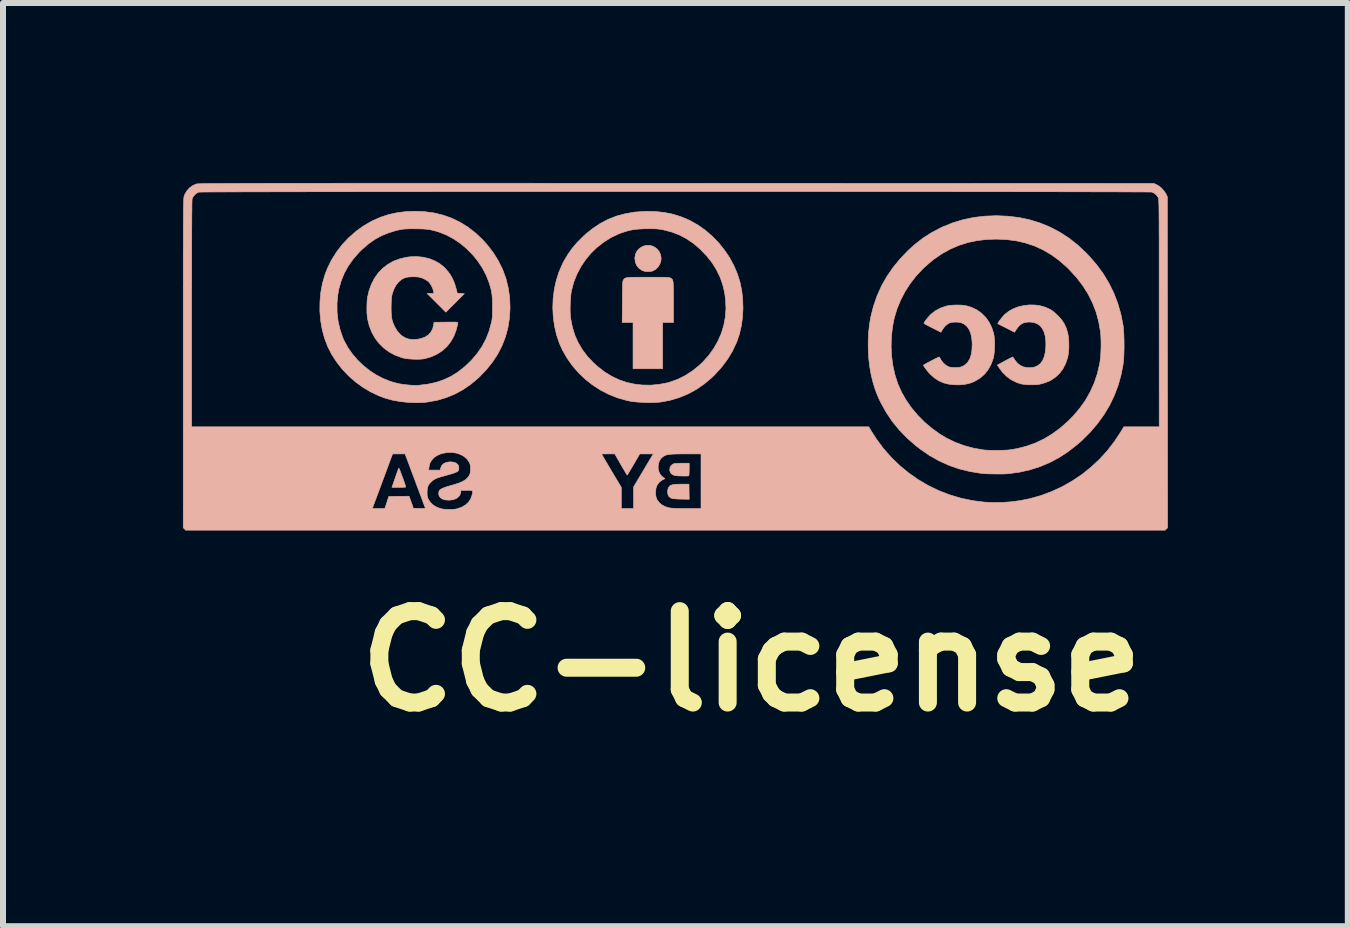
<source format=kicad_pcb>
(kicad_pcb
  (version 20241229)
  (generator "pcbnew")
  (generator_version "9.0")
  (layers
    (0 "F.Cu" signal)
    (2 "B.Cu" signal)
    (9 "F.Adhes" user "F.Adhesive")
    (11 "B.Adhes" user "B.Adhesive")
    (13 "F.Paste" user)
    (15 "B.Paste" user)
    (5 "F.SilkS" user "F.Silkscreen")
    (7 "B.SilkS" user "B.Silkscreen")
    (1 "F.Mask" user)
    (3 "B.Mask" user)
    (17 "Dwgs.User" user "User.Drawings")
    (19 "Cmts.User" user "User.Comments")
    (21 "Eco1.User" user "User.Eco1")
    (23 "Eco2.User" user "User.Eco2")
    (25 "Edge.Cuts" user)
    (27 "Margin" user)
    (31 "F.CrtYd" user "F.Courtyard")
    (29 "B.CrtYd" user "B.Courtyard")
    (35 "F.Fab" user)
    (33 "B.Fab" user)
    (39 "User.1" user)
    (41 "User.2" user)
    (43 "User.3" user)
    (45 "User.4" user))
  (footprint "CC-license"
    (layer "F.Cu")
    (at 6.939 0.352)
    (property "Reference" "CC-license" (at 2.54 7.62 0) (layer "F.SilkS") (effects (font (size 1.524 1.524) (thickness 0.3))))
    (attr through_hole)
    (fp_poly (pts (xy 1.364 4.669) (xy 1.303 4.67) (xy 1.256 4.673) (xy 1.22 4.679) (xy 1.194 4.688) (xy 1.174 4.701) (xy 1.159 4.719) (xy 1.153 4.731) (xy 1.143 4.761) (xy 1.14 4.796) (xy 1.143 4.832) (xy 1.153 4.861) (xy 1.16 4.871) (xy 1.175 4.886) (xy 1.191 4.897) (xy 1.211 4.905) (xy 1.238 4.911) (xy 1.274 4.914) (xy 1.321 4.917) (xy 1.363 4.918) (xy 1.5 4.921) (xy 1.498 4.795) (xy 1.496 4.669) (xy 1.364 4.669)) (stroke (width 0.01) (type solid)) (fill yes) (layer "B.SilkS"))
    (fp_poly (pts (xy -3.345 4.409) (xy -3.354 4.432) (xy -3.366 4.465) (xy -3.381 4.507) (xy -3.397 4.554) (xy -3.401 4.564) (xy -3.455 4.722) (xy -3.341 4.722) (xy -3.299 4.722) (xy -3.265 4.721) (xy -3.239 4.719) (xy -3.227 4.717) (xy -3.226 4.716) (xy -3.228 4.705) (xy -3.235 4.682) (xy -3.246 4.65) (xy -3.259 4.611) (xy -3.274 4.57) (xy -3.29 4.527) (xy -3.305 4.487) (xy -3.318 4.451) (xy -3.33 4.423) (xy -3.338 4.405) (xy -3.341 4.4) (xy -3.345 4.409)) (stroke (width 0.01) (type solid)) (fill yes) (layer "B.SilkS"))
    (fp_poly (pts (xy 0.78 0.688) (xy 0.727 0.704) (xy 0.724 0.705) (xy 0.672 0.738) (xy 0.632 0.78) (xy 0.606 0.83) (xy 0.595 0.889) (xy 0.594 0.907) (xy 0.602 0.968) (xy 0.624 1.022) (xy 0.66 1.067) (xy 0.709 1.102) (xy 0.716 1.106) (xy 0.755 1.12) (xy 0.803 1.126) (xy 0.851 1.124) (xy 0.892 1.115) (xy 0.938 1.09) (xy 0.977 1.052) (xy 1.008 1.006) (xy 1.027 0.954) (xy 1.032 0.907) (xy 1.025 0.851) (xy 1.004 0.8) (xy 0.973 0.757) (xy 0.932 0.723) (xy 0.885 0.699) (xy 0.834 0.687) (xy 0.78 0.688)) (stroke (width 0.01) (type solid)) (fill yes) (layer "B.SilkS"))
    (fp_poly (pts (xy 1.379 4.32) (xy 1.328 4.321) (xy 1.291 4.322) (xy 1.265 4.324) (xy 1.245 4.328) (xy 1.23 4.334) (xy 1.229 4.335) (xy 1.199 4.358) (xy 1.181 4.391) (xy 1.175 4.43) (xy 1.176 4.442) (xy 1.189 4.479) (xy 1.215 4.506) (xy 1.254 4.523) (xy 1.263 4.525) (xy 1.286 4.528) (xy 1.318 4.531) (xy 1.355 4.532) (xy 1.394 4.533) (xy 1.432 4.533) (xy 1.463 4.533) (xy 1.485 4.531) (xy 1.494 4.528) (xy 1.496 4.518) (xy 1.498 4.495) (xy 1.499 4.463) (xy 1.5 4.424) (xy 1.5 4.421) (xy 1.5 4.32) (xy 1.379 4.32)) (stroke (width 0.01) (type solid)) (fill yes) (layer "B.SilkS"))
    (fp_poly (pts (xy 0.725 1.219) (xy 0.652 1.22) (xy 0.592 1.22) (xy 0.544 1.221) (xy 0.506 1.223) (xy 0.477 1.225) (xy 0.455 1.228) (xy 0.44 1.233) (xy 0.428 1.239) (xy 0.419 1.246) (xy 0.411 1.255) (xy 0.405 1.263) (xy 0.401 1.269) (xy 0.398 1.276) (xy 0.395 1.286) (xy 0.392 1.299) (xy 0.391 1.319) (xy 0.389 1.345) (xy 0.388 1.38) (xy 0.388 1.426) (xy 0.387 1.483) (xy 0.386 1.554) (xy 0.386 1.63) (xy 0.383 1.974) (xy 0.564 1.974) (xy 0.564 2.745) (xy 1.057 2.745) (xy 1.057 1.974) (xy 1.237 1.974) (xy 1.237 1.633) (xy 1.237 1.545) (xy 1.237 1.472) (xy 1.236 1.413) (xy 1.235 1.366) (xy 1.234 1.329) (xy 1.231 1.3) (xy 1.227 1.279) (xy 1.222 1.264) (xy 1.215 1.253) (xy 1.207 1.245) (xy 1.197 1.238) (xy 1.188 1.233) (xy 1.181 1.229) (xy 1.171 1.227) (xy 1.156 1.224) (xy 1.136 1.223) (xy 1.108 1.221) (xy 1.071 1.22) (xy 1.023 1.22) (xy 0.964 1.219) (xy 0.891 1.219) (xy 0.813 1.219) (xy 0.725 1.219)) (stroke (width 0.01) (type solid)) (fill yes) (layer "B.SilkS"))
    (fp_poly (pts (xy 7.08 1.691) (xy 6.989 1.712) (xy 6.904 1.744) (xy 6.827 1.787) (xy 6.759 1.841) (xy 6.759 1.842) (xy 6.736 1.866) (xy 6.712 1.894) (xy 6.689 1.923) (xy 6.668 1.95) (xy 6.653 1.973) (xy 6.645 1.989) (xy 6.645 1.994) (xy 6.653 1.998) (xy 6.673 2.009) (xy 6.703 2.024) (xy 6.741 2.043) (xy 6.784 2.065) (xy 6.786 2.066) (xy 6.924 2.136) (xy 6.939 2.111) (xy 6.977 2.055) (xy 7.016 2.014) (xy 7.059 1.986) (xy 7.108 1.971) (xy 7.166 1.966) (xy 7.169 1.966) (xy 7.237 1.972) (xy 7.296 1.992) (xy 7.346 2.025) (xy 7.385 2.071) (xy 7.415 2.131) (xy 7.435 2.202) (xy 7.445 2.287) (xy 7.445 2.38) (xy 7.436 2.47) (xy 7.418 2.546) (xy 7.391 2.609) (xy 7.354 2.659) (xy 7.308 2.695) (xy 7.253 2.718) (xy 7.188 2.727) (xy 7.14 2.726) (xy 7.075 2.715) (xy 7.018 2.689) (xy 6.969 2.65) (xy 6.926 2.596) (xy 6.921 2.587) (xy 6.907 2.566) (xy 6.896 2.552) (xy 6.892 2.548) (xy 6.884 2.552) (xy 6.864 2.562) (xy 6.834 2.578) (xy 6.797 2.597) (xy 6.763 2.615) (xy 6.637 2.683) (xy 6.658 2.716) (xy 6.719 2.8) (xy 6.79 2.871) (xy 6.87 2.929) (xy 6.957 2.973) (xy 7.025 2.996) (xy 7.065 3.003) (xy 7.117 3.009) (xy 7.174 3.012) (xy 7.232 3.012) (xy 7.286 3.01) (xy 7.331 3.005) (xy 7.337 3.004) (xy 7.437 2.977) (xy 7.527 2.938) (xy 7.606 2.885) (xy 7.674 2.821) (xy 7.73 2.746) (xy 7.775 2.658) (xy 7.808 2.56) (xy 7.81 2.552) (xy 7.821 2.49) (xy 7.828 2.417) (xy 7.829 2.339) (xy 7.826 2.263) (xy 7.818 2.193) (xy 7.81 2.15) (xy 7.785 2.067) (xy 7.752 1.995) (xy 7.709 1.93) (xy 7.653 1.867) (xy 7.649 1.863) (xy 7.616 1.832) (xy 7.582 1.802) (xy 7.55 1.777) (xy 7.528 1.762) (xy 7.447 1.723) (xy 7.359 1.697) (xy 7.267 1.683) (xy 7.173 1.681) (xy 7.08 1.691)) (stroke (width 0.01) (type solid)) (fill yes) (layer "B.SilkS"))
    (fp_poly (pts (xy 5.891 1.685) (xy 5.827 1.692) (xy 5.779 1.702) (xy 5.686 1.735) (xy 5.604 1.779) (xy 5.535 1.833) (xy 5.509 1.859) (xy 5.481 1.89) (xy 5.456 1.921) (xy 5.434 1.949) (xy 5.419 1.972) (xy 5.413 1.987) (xy 5.413 1.988) (xy 5.42 1.993) (xy 5.44 2.005) (xy 5.469 2.021) (xy 5.507 2.041) (xy 5.551 2.063) (xy 5.555 2.065) (xy 5.697 2.136) (xy 5.716 2.101) (xy 5.741 2.064) (xy 5.773 2.027) (xy 5.809 1.998) (xy 5.83 1.985) (xy 5.864 1.974) (xy 5.907 1.968) (xy 5.954 1.967) (xy 6 1.971) (xy 6.03 1.977) (xy 6.084 2.001) (xy 6.129 2.038) (xy 6.165 2.089) (xy 6.192 2.152) (xy 6.209 2.228) (xy 6.217 2.316) (xy 6.217 2.342) (xy 6.213 2.435) (xy 6.2 2.513) (xy 6.178 2.579) (xy 6.147 2.632) (xy 6.107 2.674) (xy 6.063 2.702) (xy 6.039 2.712) (xy 6.018 2.719) (xy 5.994 2.723) (xy 5.962 2.724) (xy 5.934 2.725) (xy 5.892 2.724) (xy 5.861 2.721) (xy 5.837 2.716) (xy 5.815 2.707) (xy 5.813 2.707) (xy 5.774 2.683) (xy 5.736 2.649) (xy 5.705 2.61) (xy 5.688 2.582) (xy 5.678 2.562) (xy 5.669 2.55) (xy 5.666 2.548) (xy 5.656 2.552) (xy 5.636 2.562) (xy 5.607 2.576) (xy 5.572 2.594) (xy 5.535 2.613) (xy 5.497 2.633) (xy 5.463 2.651) (xy 5.434 2.667) (xy 5.414 2.679) (xy 5.405 2.684) (xy 5.405 2.685) (xy 5.41 2.698) (xy 5.424 2.72) (xy 5.445 2.748) (xy 5.469 2.78) (xy 5.496 2.811) (xy 5.522 2.84) (xy 5.527 2.844) (xy 5.594 2.903) (xy 5.665 2.948) (xy 5.742 2.981) (xy 5.827 3.002) (xy 5.922 3.012) (xy 5.938 3.012) (xy 6.006 3.013) (xy 6.064 3.009) (xy 6.099 3.004) (xy 6.151 2.993) (xy 6.194 2.981) (xy 6.234 2.965) (xy 6.27 2.948) (xy 6.351 2.899) (xy 6.421 2.837) (xy 6.481 2.763) (xy 6.529 2.678) (xy 6.565 2.582) (xy 6.571 2.561) (xy 6.58 2.516) (xy 6.586 2.46) (xy 6.59 2.397) (xy 6.591 2.331) (xy 6.589 2.267) (xy 6.584 2.21) (xy 6.577 2.164) (xy 6.576 2.159) (xy 6.543 2.057) (xy 6.498 1.967) (xy 6.442 1.888) (xy 6.375 1.821) (xy 6.296 1.765) (xy 6.207 1.722) (xy 6.147 1.702) (xy 6.094 1.691) (xy 6.03 1.684) (xy 5.961 1.683) (xy 5.891 1.685)) (stroke (width 0.01) (type solid)) (fill yes) (layer "B.SilkS"))
    (fp_poly (pts (xy -3.156 0.879) (xy -3.214 0.887) (xy -3.326 0.913) (xy -3.43 0.952) (xy -3.524 1.005) (xy -3.608 1.07) (xy -3.683 1.147) (xy -3.746 1.236) (xy -3.797 1.335) (xy -3.837 1.445) (xy -3.862 1.553) (xy -3.869 1.608) (xy -3.872 1.673) (xy -3.873 1.743) (xy -3.872 1.812) (xy -3.867 1.874) (xy -3.862 1.911) (xy -3.834 2.027) (xy -3.792 2.135) (xy -3.738 2.233) (xy -3.671 2.321) (xy -3.593 2.398) (xy -3.504 2.464) (xy -3.404 2.518) (xy -3.295 2.558) (xy -3.268 2.566) (xy -3.225 2.575) (xy -3.17 2.581) (xy -3.11 2.585) (xy -3.048 2.587) (xy -2.99 2.586) (xy -2.939 2.582) (xy -2.907 2.577) (xy -2.799 2.545) (xy -2.702 2.501) (xy -2.615 2.444) (xy -2.54 2.376) (xy -2.477 2.296) (xy -2.425 2.206) (xy -2.386 2.105) (xy -2.373 2.054) (xy -2.365 2.022) (xy -2.359 1.995) (xy -2.357 1.978) (xy -2.356 1.976) (xy -2.36 1.972) (xy -2.371 1.97) (xy -2.391 1.968) (xy -2.422 1.967) (xy -2.466 1.967) (xy -2.524 1.967) (xy -2.555 1.968) (xy -2.754 1.97) (xy -2.76 2.014) (xy -2.777 2.08) (xy -2.807 2.136) (xy -2.849 2.182) (xy -2.904 2.217) (xy -2.971 2.242) (xy -3.028 2.253) (xy -3.105 2.258) (xy -3.171 2.251) (xy -3.231 2.231) (xy -3.287 2.198) (xy -3.32 2.17) (xy -3.367 2.116) (xy -3.407 2.05) (xy -3.44 1.975) (xy -3.453 1.933) (xy -3.46 1.897) (xy -3.465 1.849) (xy -3.468 1.793) (xy -3.469 1.731) (xy -3.468 1.669) (xy -3.466 1.61) (xy -3.462 1.557) (xy -3.455 1.515) (xy -3.452 1.502) (xy -3.425 1.421) (xy -3.388 1.353) (xy -3.344 1.297) (xy -3.291 1.254) (xy -3.261 1.238) (xy -3.235 1.227) (xy -3.209 1.22) (xy -3.178 1.215) (xy -3.138 1.213) (xy -3.128 1.212) (xy -3.08 1.212) (xy -3.036 1.214) (xy -3.001 1.218) (xy -2.997 1.219) (xy -2.95 1.233) (xy -2.903 1.255) (xy -2.863 1.28) (xy -2.832 1.307) (xy -2.831 1.309) (xy -2.805 1.347) (xy -2.782 1.391) (xy -2.766 1.436) (xy -2.762 1.456) (xy -2.756 1.49) (xy -2.869 1.49) (xy -2.713 1.646) (xy -2.557 1.802) (xy -2.403 1.648) (xy -2.249 1.494) (xy -2.366 1.486) (xy -2.385 1.412) (xy -2.41 1.327) (xy -2.44 1.254) (xy -2.477 1.186) (xy -2.518 1.128) (xy -2.583 1.055) (xy -2.659 0.993) (xy -2.745 0.945) (xy -2.838 0.908) (xy -2.939 0.885) (xy -3.045 0.875) (xy -3.156 0.879)) (stroke (width 0.01) (type solid)) (fill yes) (layer "B.SilkS"))
    (fp_poly (pts (xy 0.754 0.122) (xy 0.591 0.134) (xy 0.437 0.16) (xy 0.291 0.199) (xy 0.152 0.253) (xy 0.02 0.322) (xy -0.107 0.406) (xy -0.229 0.504) (xy -0.268 0.54) (xy -0.365 0.637) (xy -0.449 0.735) (xy -0.521 0.837) (xy -0.586 0.946) (xy -0.611 0.994) (xy -0.67 1.13) (xy -0.716 1.274) (xy -0.749 1.422) (xy -0.768 1.575) (xy -0.774 1.728) (xy -0.766 1.882) (xy -0.745 2.033) (xy -0.711 2.181) (xy -0.663 2.322) (xy -0.614 2.431) (xy -0.537 2.567) (xy -0.446 2.695) (xy -0.344 2.813) (xy -0.231 2.921) (xy -0.108 3.017) (xy 0.023 3.102) (xy 0.162 3.173) (xy 0.306 3.23) (xy 0.456 3.273) (xy 0.507 3.284) (xy 0.572 3.294) (xy 0.648 3.301) (xy 0.731 3.306) (xy 0.816 3.309) (xy 0.898 3.308) (xy 0.973 3.305) (xy 1.032 3.299) (xy 1.188 3.269) (xy 1.339 3.223) (xy 1.483 3.163) (xy 1.621 3.088) (xy 1.752 2.997) (xy 1.877 2.892) (xy 1.926 2.844) (xy 2.039 2.72) (xy 2.137 2.589) (xy 2.22 2.453) (xy 2.287 2.31) (xy 2.295 2.292) (xy 2.338 2.164) (xy 2.369 2.027) (xy 2.389 1.884) (xy 2.396 1.744) (xy 2.113 1.744) (xy 2.102 1.885) (xy 2.076 2.023) (xy 2.035 2.157) (xy 1.978 2.286) (xy 1.908 2.409) (xy 1.823 2.526) (xy 1.725 2.635) (xy 1.662 2.694) (xy 1.547 2.786) (xy 1.428 2.862) (xy 1.304 2.923) (xy 1.176 2.968) (xy 1.139 2.979) (xy 0.998 3.006) (xy 0.857 3.019) (xy 0.714 3.016) (xy 0.597 3.003) (xy 0.463 2.974) (xy 0.334 2.931) (xy 0.21 2.872) (xy 0.089 2.798) (xy -0.027 2.708) (xy -0.096 2.646) (xy -0.196 2.54) (xy -0.28 2.429) (xy -0.35 2.312) (xy -0.406 2.187) (xy -0.447 2.054) (xy -0.475 1.913) (xy -0.478 1.888) (xy -0.483 1.831) (xy -0.485 1.763) (xy -0.484 1.69) (xy -0.481 1.615) (xy -0.476 1.543) (xy -0.469 1.479) (xy -0.461 1.437) (xy -0.424 1.299) (xy -0.371 1.167) (xy -0.305 1.042) (xy -0.226 0.925) (xy -0.136 0.817) (xy -0.034 0.719) (xy 0.078 0.632) (xy 0.198 0.557) (xy 0.326 0.496) (xy 0.386 0.474) (xy 0.455 0.452) (xy 0.521 0.435) (xy 0.588 0.423) (xy 0.661 0.416) (xy 0.743 0.412) (xy 0.811 0.411) (xy 0.873 0.411) (xy 0.922 0.412) (xy 0.962 0.414) (xy 0.997 0.418) (xy 1.031 0.422) (xy 1.066 0.429) (xy 1.071 0.43) (xy 1.207 0.465) (xy 1.335 0.514) (xy 1.455 0.577) (xy 1.57 0.655) (xy 1.679 0.748) (xy 1.685 0.754) (xy 1.791 0.864) (xy 1.881 0.977) (xy 1.955 1.095) (xy 2.015 1.218) (xy 2.06 1.347) (xy 2.092 1.483) (xy 2.107 1.601) (xy 2.113 1.744) (xy 2.396 1.744) (xy 2.396 1.737) (xy 2.392 1.59) (xy 2.376 1.445) (xy 2.348 1.308) (xy 2.304 1.166) (xy 2.245 1.027) (xy 2.173 0.893) (xy 2.087 0.766) (xy 1.991 0.646) (xy 1.884 0.536) (xy 1.769 0.437) (xy 1.646 0.35) (xy 1.516 0.277) (xy 1.487 0.263) (xy 1.358 0.209) (xy 1.226 0.168) (xy 1.091 0.141) (xy 0.948 0.125) (xy 0.797 0.121) (xy 0.754 0.122)) (stroke (width 0.01) (type solid)) (fill yes) (layer "B.SilkS"))
    (fp_poly (pts (xy -3.223 0.126) (xy -3.37 0.144) (xy -3.51 0.175) (xy -3.645 0.219) (xy -3.777 0.277) (xy -3.8 0.289) (xy -3.934 0.367) (xy -4.059 0.458) (xy -4.176 0.561) (xy -4.283 0.674) (xy -4.377 0.797) (xy -4.46 0.928) (xy -4.528 1.065) (xy -4.571 1.174) (xy -4.613 1.319) (xy -4.641 1.47) (xy -4.655 1.626) (xy -4.657 1.783) (xy -4.644 1.939) (xy -4.618 2.092) (xy -4.579 2.236) (xy -4.527 2.373) (xy -4.46 2.505) (xy -4.379 2.63) (xy -4.286 2.749) (xy -4.181 2.86) (xy -4.067 2.961) (xy -3.944 3.051) (xy -3.814 3.129) (xy -3.678 3.194) (xy -3.562 3.237) (xy -3.44 3.27) (xy -3.309 3.293) (xy -3.173 3.307) (xy -3.038 3.311) (xy -2.906 3.305) (xy -2.853 3.298) (xy -2.698 3.27) (xy -2.551 3.226) (xy -2.409 3.168) (xy -2.274 3.095) (xy -2.144 3.006) (xy -2.02 2.902) (xy -1.996 2.88) (xy -1.879 2.758) (xy -1.777 2.63) (xy -1.69 2.497) (xy -1.619 2.357) (xy -1.563 2.212) (xy -1.522 2.061) (xy -1.497 1.904) (xy -1.487 1.741) (xy -1.487 1.715) (xy -1.487 1.715) (xy -1.779 1.715) (xy -1.779 1.715) (xy -1.779 1.778) (xy -1.78 1.828) (xy -1.781 1.868) (xy -1.784 1.901) (xy -1.788 1.93) (xy -1.793 1.959) (xy -1.797 1.977) (xy -1.836 2.118) (xy -1.888 2.25) (xy -1.954 2.375) (xy -2.035 2.492) (xy -2.131 2.604) (xy -2.132 2.606) (xy -2.24 2.709) (xy -2.351 2.797) (xy -2.467 2.87) (xy -2.59 2.928) (xy -2.719 2.972) (xy -2.857 3.002) (xy -3.004 3.02) (xy -3.058 3.023) (xy -3.076 3.022) (xy -3.106 3.021) (xy -3.143 3.019) (xy -3.179 3.016) (xy -3.265 3.007) (xy -3.342 2.994) (xy -3.418 2.975) (xy -3.487 2.954) (xy -3.606 2.906) (xy -3.722 2.845) (xy -3.833 2.772) (xy -3.938 2.687) (xy -4.034 2.594) (xy -4.119 2.494) (xy -4.193 2.388) (xy -4.253 2.277) (xy -4.276 2.224) (xy -4.322 2.088) (xy -4.354 1.946) (xy -4.37 1.801) (xy -4.371 1.654) (xy -4.357 1.507) (xy -4.341 1.417) (xy -4.303 1.283) (xy -4.251 1.155) (xy -4.184 1.033) (xy -4.101 0.916) (xy -4.003 0.804) (xy -3.962 0.763) (xy -3.856 0.67) (xy -3.747 0.592) (xy -3.631 0.528) (xy -3.508 0.478) (xy -3.375 0.438) (xy -3.337 0.43) (xy -3.307 0.424) (xy -3.277 0.419) (xy -3.247 0.416) (xy -3.211 0.414) (xy -3.167 0.412) (xy -3.111 0.412) (xy -3.074 0.412) (xy -2.994 0.413) (xy -2.927 0.415) (xy -2.869 0.42) (xy -2.815 0.428) (xy -2.762 0.44) (xy -2.707 0.455) (xy -2.663 0.469) (xy -2.542 0.518) (xy -2.425 0.581) (xy -2.313 0.657) (xy -2.208 0.745) (xy -2.111 0.843) (xy -2.024 0.95) (xy -1.948 1.064) (xy -1.885 1.184) (xy -1.839 1.3) (xy -1.82 1.36) (xy -1.805 1.414) (xy -1.794 1.465) (xy -1.787 1.516) (xy -1.782 1.573) (xy -1.78 1.638) (xy -1.779 1.715) (xy -1.487 1.715) (xy -1.494 1.551) (xy -1.518 1.392) (xy -1.556 1.238) (xy -1.61 1.091) (xy -1.68 0.949) (xy -1.764 0.813) (xy -1.864 0.683) (xy -1.949 0.589) (xy -2.068 0.477) (xy -2.193 0.381) (xy -2.325 0.3) (xy -2.462 0.234) (xy -2.607 0.183) (xy -2.758 0.147) (xy -2.915 0.126) (xy -3.067 0.12) (xy -3.223 0.126)) (stroke (width 0.01) (type solid)) (fill yes) (layer "B.SilkS"))
    (fp_poly (pts (xy 6.428 0.201) (xy 6.244 0.223) (xy 6.066 0.26) (xy 5.895 0.312) (xy 5.73 0.378) (xy 5.688 0.398) (xy 5.54 0.476) (xy 5.404 0.563) (xy 5.274 0.662) (xy 5.153 0.77) (xy 5.019 0.91) (xy 4.9 1.055) (xy 4.796 1.206) (xy 4.707 1.363) (xy 4.633 1.527) (xy 4.573 1.698) (xy 4.528 1.876) (xy 4.507 1.998) (xy 4.491 2.135) (xy 4.484 2.279) (xy 4.485 2.427) (xy 4.493 2.574) (xy 4.51 2.717) (xy 4.534 2.85) (xy 4.54 2.876) (xy 4.566 2.978) (xy 4.593 3.068) (xy 4.624 3.153) (xy 4.66 3.238) (xy 4.697 3.315) (xy 4.784 3.472) (xy 4.884 3.621) (xy 4.999 3.762) (xy 5.127 3.895) (xy 5.27 4.021) (xy 5.347 4.081) (xy 5.5 4.187) (xy 5.658 4.277) (xy 5.823 4.352) (xy 5.993 4.412) (xy 6.17 4.456) (xy 6.354 4.487) (xy 6.405 4.492) (xy 6.441 4.495) (xy 6.49 4.497) (xy 6.547 4.498) (xy 6.608 4.499) (xy 6.669 4.499) (xy 6.725 4.499) (xy 6.774 4.497) (xy 6.811 4.495) (xy 6.812 4.495) (xy 6.996 4.471) (xy 7.173 4.432) (xy 7.343 4.378) (xy 7.508 4.309) (xy 7.666 4.225) (xy 7.819 4.125) (xy 7.966 4.01) (xy 8.044 3.942) (xy 8.183 3.804) (xy 8.306 3.66) (xy 8.414 3.51) (xy 8.508 3.354) (xy 8.586 3.191) (xy 8.651 3.02) (xy 8.7 2.843) (xy 8.733 2.671) (xy 8.739 2.621) (xy 8.744 2.557) (xy 8.747 2.485) (xy 8.749 2.406) (xy 8.749 2.366) (xy 8.366 2.366) (xy 8.363 2.454) (xy 8.358 2.539) (xy 8.35 2.615) (xy 8.342 2.663) (xy 8.304 2.827) (xy 8.252 2.982) (xy 8.186 3.129) (xy 8.106 3.27) (xy 8.01 3.405) (xy 7.9 3.534) (xy 7.82 3.615) (xy 7.69 3.73) (xy 7.555 3.83) (xy 7.416 3.914) (xy 7.271 3.983) (xy 7.12 4.037) (xy 6.962 4.077) (xy 6.836 4.098) (xy 6.799 4.101) (xy 6.749 4.103) (xy 6.691 4.105) (xy 6.629 4.106) (xy 6.566 4.105) (xy 6.506 4.104) (xy 6.454 4.102) (xy 6.414 4.099) (xy 6.406 4.098) (xy 6.243 4.07) (xy 6.084 4.027) (xy 5.931 3.97) (xy 5.786 3.899) (xy 5.682 3.837) (xy 5.548 3.741) (xy 5.423 3.635) (xy 5.309 3.52) (xy 5.206 3.398) (xy 5.117 3.27) (xy 5.041 3.138) (xy 4.98 3.002) (xy 4.979 2.999) (xy 4.931 2.852) (xy 4.896 2.697) (xy 4.874 2.536) (xy 4.866 2.373) (xy 4.871 2.209) (xy 4.889 2.047) (xy 4.918 1.9) (xy 4.964 1.747) (xy 5.025 1.599) (xy 5.1 1.455) (xy 5.189 1.318) (xy 5.291 1.188) (xy 5.406 1.067) (xy 5.532 0.956) (xy 5.579 0.919) (xy 5.713 0.827) (xy 5.852 0.75) (xy 5.996 0.688) (xy 6.145 0.641) (xy 6.302 0.608) (xy 6.466 0.589) (xy 6.615 0.584) (xy 6.787 0.591) (xy 6.95 0.612) (xy 7.106 0.648) (xy 7.256 0.698) (xy 7.398 0.763) (xy 7.535 0.843) (xy 7.667 0.939) (xy 7.794 1.05) (xy 7.838 1.094) (xy 7.958 1.225) (xy 8.062 1.361) (xy 8.151 1.502) (xy 8.224 1.648) (xy 8.283 1.8) (xy 8.326 1.959) (xy 8.355 2.123) (xy 8.362 2.196) (xy 8.365 2.278) (xy 8.366 2.366) (xy 8.749 2.366) (xy 8.749 2.325) (xy 8.748 2.245) (xy 8.745 2.169) (xy 8.741 2.101) (xy 8.736 2.045) (xy 8.733 2.023) (xy 8.696 1.837) (xy 8.645 1.658) (xy 8.58 1.488) (xy 8.5 1.324) (xy 8.405 1.166) (xy 8.295 1.015) (xy 8.17 0.87) (xy 8.109 0.806) (xy 7.971 0.678) (xy 7.826 0.565) (xy 7.674 0.467) (xy 7.516 0.384) (xy 7.351 0.316) (xy 7.179 0.263) (xy 7.001 0.225) (xy 6.816 0.202) (xy 6.625 0.194) (xy 6.619 0.194) (xy 6.428 0.201)) (stroke (width 0.01) (type solid)) (fill yes) (layer "B.SilkS"))
    (fp_poly (pts (xy -3.223 -0.347) (xy -3.474 -0.347) (xy -3.713 -0.347) (xy -3.94 -0.347) (xy -4.155 -0.347) (xy -4.359 -0.347) (xy -4.552 -0.346) (xy -4.734 -0.346) (xy -4.906 -0.346) (xy -5.068 -0.346) (xy -5.22 -0.346) (xy -5.362 -0.346) (xy -5.496 -0.346) (xy -5.62 -0.345) (xy -5.736 -0.345) (xy -5.843 -0.345) (xy -5.943 -0.345) (xy -6.035 -0.344) (xy -6.119 -0.344) (xy -6.196 -0.344) (xy -6.267 -0.343) (xy -6.331 -0.343) (xy -6.389 -0.343) (xy -6.441 -0.342) (xy -6.487 -0.342) (xy -6.528 -0.341) (xy -6.564 -0.341) (xy -6.596 -0.341) (xy -6.623 -0.34) (xy -6.646 -0.339) (xy -6.665 -0.339) (xy -6.681 -0.338) (xy -6.693 -0.338) (xy -6.703 -0.337) (xy -6.71 -0.336) (xy -6.714 -0.336) (xy -6.717 -0.335) (xy -6.779 -0.307) (xy -6.833 -0.267) (xy -6.878 -0.215) (xy -6.911 -0.156) (xy -6.919 -0.133) (xy -6.92 -0.129) (xy -6.921 -0.123) (xy -6.923 -0.116) (xy -6.924 -0.107) (xy -6.925 -0.096) (xy -6.926 -0.082) (xy -6.927 -0.065) (xy -6.928 -0.044) (xy -6.928 -0.018) (xy -6.929 0.012) (xy -6.93 0.049) (xy -6.93 0.091) (xy -6.931 0.139) (xy -6.931 0.195) (xy -6.932 0.258) (xy -6.932 0.33) (xy -6.933 0.41) (xy -6.933 0.499) (xy -6.933 0.598) (xy -6.933 0.708) (xy -6.934 0.828) (xy -6.934 0.959) (xy -6.934 1.102) (xy -6.934 1.258) (xy -6.934 1.426) (xy -6.934 1.608) (xy -6.934 1.804) (xy -6.934 2.014) (xy -6.934 2.239) (xy -6.934 2.48) (xy -6.934 2.656) (xy -6.934 5.396) (xy -6.914 5.416) (xy -6.894 5.436) (xy 9.434 5.436) (xy 9.454 5.416) (xy 9.474 5.396) (xy 9.473 3.713) (xy 9.335 3.713) (xy 8.745 3.713) (xy 8.702 3.785) (xy 8.593 3.952) (xy 8.473 4.108) (xy 8.341 4.253) (xy 8.198 4.386) (xy 8.046 4.508) (xy 7.885 4.616) (xy 7.716 4.712) (xy 7.539 4.793) (xy 7.357 4.861) (xy 7.168 4.913) (xy 7.017 4.943) (xy 6.865 4.963) (xy 6.707 4.974) (xy 6.55 4.975) (xy 6.418 4.968) (xy 6.222 4.943) (xy 6.03 4.903) (xy 5.843 4.847) (xy 5.661 4.777) (xy 5.487 4.693) (xy 5.32 4.595) (xy 5.161 4.484) (xy 5.011 4.361) (xy 4.87 4.225) (xy 4.817 4.164) (xy 1.697 4.164) (xy 1.697 5.075) (xy 1.457 5.075) (xy 1.377 5.075) (xy 1.313 5.074) (xy 1.261 5.072) (xy 1.22 5.07) (xy 1.188 5.067) (xy 1.163 5.063) (xy 1.16 5.063) (xy 1.099 5.043) (xy 1.044 5.014) (xy 0.999 4.976) (xy 0.966 4.932) (xy 0.949 4.891) (xy 0.944 4.865) (xy 0.94 4.831) (xy 0.939 4.8) (xy 0.946 4.737) (xy 0.966 4.683) (xy 1 4.637) (xy 1.045 4.603) (xy 1.056 4.597) (xy 1.096 4.577) (xy 1.06 4.551) (xy 1.024 4.516) (xy 0.999 4.473) (xy 0.985 4.423) (xy 0.982 4.371) (xy 0.99 4.32) (xy 1.008 4.272) (xy 1.037 4.232) (xy 1.061 4.212) (xy 1.081 4.2) (xy 1.101 4.189) (xy 1.124 4.181) (xy 1.151 4.175) (xy 1.185 4.171) (xy 1.227 4.168) (xy 1.28 4.166) (xy 1.345 4.165) (xy 1.423 4.164) (xy 1.444 4.164) (xy 0.903 4.164) (xy 0.891 4.183) (xy 0.884 4.194) (xy 0.87 4.218) (xy 0.849 4.252) (xy 0.823 4.295) (xy 0.793 4.345) (xy 0.76 4.401) (xy 0.726 4.458) (xy 0.573 4.715) (xy 0.573 5.075) (xy 0.368 5.075) (xy 0.368 4.788) (xy -2.11 4.788) (xy -2.111 4.806) (xy -2.116 4.834) (xy -2.121 4.855) (xy -2.144 4.918) (xy -2.181 4.972) (xy -2.231 5.017) (xy -2.294 5.053) (xy -2.367 5.079) (xy -2.404 5.086) (xy -2.452 5.089) (xy -2.505 5.09) (xy -2.558 5.089) (xy -2.606 5.084) (xy -2.633 5.079) (xy -2.675 5.065) (xy -2.9 5.065) (xy -2.901 5.07) (xy -2.912 5.072) (xy -2.933 5.074) (xy -2.967 5.074) (xy -2.997 5.073) (xy -3.099 5.071) (xy -3.121 5.005) (xy -3.134 4.97) (xy -3.146 4.935) (xy -3.156 4.908) (xy -3.157 4.905) (xy -3.17 4.87) (xy -3.508 4.874) (xy -3.541 4.975) (xy -3.574 5.075) (xy -3.784 5.075) (xy -3.768 5.036) (xy -3.763 5.021) (xy -3.752 4.992) (xy -3.737 4.951) (xy -3.717 4.899) (xy -3.695 4.839) (xy -3.669 4.77) (xy -3.642 4.696) (xy -3.613 4.618) (xy -3.599 4.581) (xy -3.445 4.164) (xy -3.237 4.164) (xy -3.07 4.609) (xy -3.04 4.691) (xy -3.011 4.768) (xy -2.984 4.839) (xy -2.96 4.903) (xy -2.94 4.958) (xy -2.923 5.004) (xy -2.91 5.037) (xy -2.902 5.058) (xy -2.9 5.065) (xy -2.675 5.065) (xy -2.704 5.055) (xy -2.764 5.02) (xy -2.814 4.973) (xy -2.847 4.924) (xy -2.858 4.902) (xy -2.864 4.881) (xy -2.868 4.857) (xy -2.869 4.823) (xy -2.869 4.804) (xy -2.867 4.754) (xy -2.859 4.714) (xy -2.845 4.681) (xy -2.821 4.65) (xy -2.795 4.625) (xy -2.774 4.607) (xy -2.752 4.591) (xy -2.728 4.578) (xy -2.697 4.565) (xy -2.658 4.552) (xy -2.608 4.538) (xy -2.561 4.525) (xy -2.492 4.506) (xy -2.438 4.489) (xy -2.398 4.475) (xy -2.37 4.462) (xy -2.353 4.449) (xy -2.348 4.443) (xy -2.34 4.415) (xy -2.341 4.382) (xy -2.35 4.353) (xy -2.356 4.343) (xy -2.385 4.318) (xy -2.426 4.303) (xy -2.475 4.297) (xy -2.5 4.298) (xy -2.553 4.308) (xy -2.594 4.327) (xy -2.623 4.355) (xy -2.641 4.394) (xy -2.643 4.4) (xy -2.652 4.435) (xy -2.843 4.435) (xy -2.838 4.387) (xy -2.825 4.326) (xy -2.797 4.272) (xy -2.756 4.227) (xy -2.702 4.19) (xy -2.636 4.162) (xy -2.615 4.156) (xy -2.534 4.142) (xy -2.456 4.14) (xy -2.383 4.151) (xy -2.315 4.172) (xy -2.256 4.205) (xy -2.207 4.247) (xy -2.171 4.297) (xy -2.159 4.32) (xy -2.152 4.341) (xy -2.148 4.364) (xy -2.147 4.395) (xy -2.147 4.415) (xy -2.148 4.452) (xy -2.15 4.478) (xy -2.155 4.498) (xy -2.164 4.518) (xy -2.169 4.527) (xy -2.191 4.558) (xy -2.217 4.585) (xy -2.249 4.608) (xy -2.29 4.63) (xy -2.341 4.651) (xy -2.405 4.672) (xy -2.467 4.69) (xy -2.536 4.71) (xy -2.59 4.729) (xy -2.63 4.747) (xy -2.656 4.765) (xy -2.668 4.779) (xy -2.673 4.798) (xy -2.676 4.823) (xy -2.676 4.829) (xy -2.669 4.865) (xy -2.647 4.895) (xy -2.613 4.917) (xy -2.566 4.931) (xy -2.509 4.936) (xy -2.507 4.936) (xy -2.449 4.93) (xy -2.398 4.915) (xy -2.357 4.89) (xy -2.327 4.858) (xy -2.31 4.819) (xy -2.307 4.792) (xy -2.307 4.772) (xy -2.209 4.772) (xy -2.165 4.772) (xy -2.135 4.773) (xy -2.118 4.778) (xy -2.11 4.788) (xy 0.368 4.788) (xy 0.368 4.722) (xy 0.203 4.446) (xy 0.167 4.385) (xy 0.134 4.329) (xy 0.104 4.279) (xy 0.079 4.236) (xy 0.059 4.202) (xy 0.046 4.179) (xy 0.04 4.168) (xy 0.039 4.168) (xy 0.047 4.166) (xy 0.068 4.165) (xy 0.1 4.165) (xy 0.139 4.164) (xy 0.149 4.164) (xy 0.259 4.164) (xy 0.36 4.341) (xy 0.388 4.389) (xy 0.414 4.432) (xy 0.435 4.469) (xy 0.452 4.496) (xy 0.463 4.513) (xy 0.466 4.517) (xy 0.471 4.51) (xy 0.483 4.491) (xy 0.501 4.462) (xy 0.524 4.424) (xy 0.55 4.379) (xy 0.573 4.341) (xy 0.675 4.165) (xy 0.789 4.165) (xy 0.903 4.164) (xy 1.444 4.164) (xy 1.697 4.164) (xy 4.817 4.164) (xy 4.74 4.078) (xy 4.622 3.919) (xy 4.536 3.785) (xy 4.493 3.713) (xy -6.795 3.713) (xy -6.795 1.828) (xy -6.795 1.601) (xy -6.795 1.39) (xy -6.794 1.195) (xy -6.794 1.015) (xy -6.794 0.85) (xy -6.794 0.699) (xy -6.793 0.563) (xy -6.793 0.441) (xy -6.792 0.333) (xy -6.792 0.237) (xy -6.791 0.155) (xy -6.79 0.085) (xy -6.79 0.028) (xy -6.789 -0.018) (xy -6.788 -0.052) (xy -6.787 -0.076) (xy -6.786 -0.088) (xy -6.785 -0.089) (xy -6.77 -0.122) (xy -6.743 -0.155) (xy -6.711 -0.182) (xy -6.677 -0.199) (xy -6.676 -0.199) (xy -6.666 -0.2) (xy -6.64 -0.2) (xy -6.598 -0.201) (xy -6.542 -0.201) (xy -6.471 -0.202) (xy -6.385 -0.202) (xy -6.286 -0.202) (xy -6.173 -0.203) (xy -6.048 -0.203) (xy -5.909 -0.204) (xy -5.759 -0.204) (xy -5.597 -0.204) (xy -5.424 -0.205) (xy -5.24 -0.205) (xy -5.046 -0.205) (xy -4.842 -0.206) (xy -4.628 -0.206) (xy -4.406 -0.206) (xy -4.174 -0.206) (xy -3.935 -0.207) (xy -3.687 -0.207) (xy -3.433 -0.207) (xy -3.171 -0.207) (xy -2.903 -0.207) (xy -2.629 -0.208) (xy -2.35 -0.208) (xy -2.065 -0.208) (xy -1.775 -0.208) (xy -1.482 -0.208) (xy -1.184 -0.208) (xy -0.883 -0.208) (xy -0.579 -0.209) (xy -0.272 -0.209) (xy 0.037 -0.209) (xy 0.347 -0.209) (xy 0.659 -0.209) (xy 0.972 -0.209) (xy 1.285 -0.209) (xy 1.598 -0.209) (xy 1.911 -0.209) (xy 2.222 -0.209) (xy 2.533 -0.209) (xy 2.841 -0.209) (xy 3.148 -0.209) (xy 3.452 -0.209) (xy 3.752 -0.209) (xy 4.05 -0.208) (xy 4.343 -0.208) (xy 4.632 -0.208) (xy 4.916 -0.208) (xy 5.195 -0.208) (xy 5.469 -0.208) (xy 5.736 -0.208) (xy 5.997 -0.207) (xy 6.251 -0.207) (xy 6.497 -0.207) (xy 6.736 -0.207) (xy 6.967 -0.206) (xy 7.188 -0.206) (xy 7.401 -0.206) (xy 7.604 -0.206) (xy 7.798 -0.205) (xy 7.98 -0.205) (xy 8.152 -0.205) (xy 8.313 -0.204) (xy 8.462 -0.204) (xy 8.599 -0.204) (xy 8.723 -0.203) (xy 8.835 -0.203) (xy 8.933 -0.202) (xy 9.017 -0.202) (xy 9.086 -0.202) (xy 9.141 -0.201) (xy 9.181 -0.201) (xy 9.206 -0.2) (xy 9.214 -0.2) (xy 9.251 -0.182) (xy 9.285 -0.154) (xy 9.313 -0.119) (xy 9.319 -0.106) (xy 9.321 -0.102) (xy 9.323 -0.097) (xy 9.324 -0.09) (xy 9.325 -0.08) (xy 9.326 -0.068) (xy 9.327 -0.052) (xy 9.328 -0.032) (xy 9.329 -0.007) (xy 9.33 0.024) (xy 9.331 0.061) (xy 9.331 0.104) (xy 9.332 0.155) (xy 9.332 0.215) (xy 9.333 0.282) (xy 9.333 0.36) (xy 9.333 0.447) (xy 9.334 0.544) (xy 9.334 0.653) (xy 9.334 0.774) (xy 9.334 0.908) (xy 9.334 1.054) (xy 9.334 1.214) (xy 9.334 1.389) (xy 9.334 1.579) (xy 9.334 1.784) (xy 9.334 1.82) (xy 9.335 3.713) (xy 9.473 3.713) (xy 9.472 2.637) (xy 9.47 -0.122) (xy 9.447 -0.17) (xy 9.412 -0.223) (xy 9.367 -0.272) (xy 9.314 -0.311) (xy 9.296 -0.32) (xy 9.249 -0.344) (xy 1.286 -0.346) (xy 0.849 -0.346) (xy 0.429 -0.346) (xy 0.024 -0.346) (xy -0.366 -0.346) (xy -0.74 -0.346) (xy -1.1 -0.347) (xy -1.444 -0.347) (xy -1.775 -0.347) (xy -2.091 -0.347) (xy -2.394 -0.347) (xy -2.683 -0.347) (xy -2.96 -0.347) (xy -3.223 -0.347)) (stroke (width 0.01) (type solid)) (fill yes) (layer "B.SilkS")))
  (gr_rect
    (start -3 -3)
    (end 19.418 12.39)
    (stroke (width 0.1) (type default))
    (fill no)
    (layer "Edge.Cuts")))
</source>
